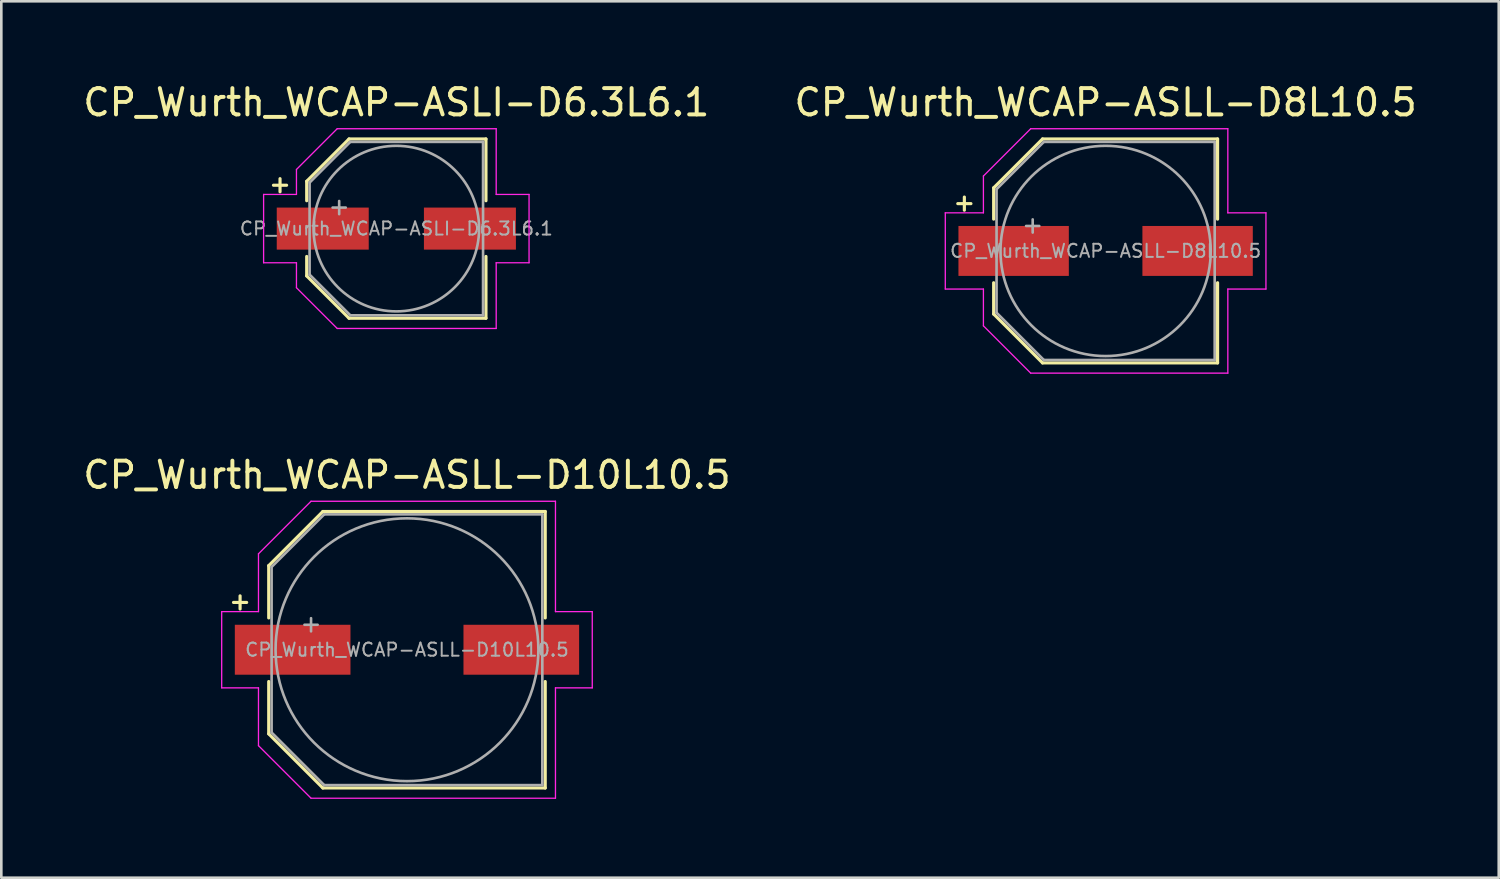
<source format=kicad_pcb>
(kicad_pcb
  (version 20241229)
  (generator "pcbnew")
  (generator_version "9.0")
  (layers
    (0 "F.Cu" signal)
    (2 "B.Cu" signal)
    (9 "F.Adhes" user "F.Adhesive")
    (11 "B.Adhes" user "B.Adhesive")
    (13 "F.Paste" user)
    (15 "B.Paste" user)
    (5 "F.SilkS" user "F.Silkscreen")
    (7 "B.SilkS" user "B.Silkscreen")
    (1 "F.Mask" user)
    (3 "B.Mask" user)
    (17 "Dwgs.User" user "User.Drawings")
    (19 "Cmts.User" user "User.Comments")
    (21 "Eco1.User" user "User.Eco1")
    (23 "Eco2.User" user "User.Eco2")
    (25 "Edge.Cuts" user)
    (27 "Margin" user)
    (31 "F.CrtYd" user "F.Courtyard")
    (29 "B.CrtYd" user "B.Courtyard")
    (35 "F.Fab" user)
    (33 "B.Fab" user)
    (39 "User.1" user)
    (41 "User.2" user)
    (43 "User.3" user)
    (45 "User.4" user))
  (footprint "CP_Wurth_WCAP-ASLI-D6.3L6.1"
    (layer "F.Cu")
    (at 12.03 5.648)
    (property "Reference" "CP_Wurth_WCAP-ASLI-D6.3L6.1" (at 0 -4.8 0) (unlocked yes) (layer "F.SilkS") (effects (font (size 1 1) (thickness 0.15))))
    (attr smd)
    (fp_line (start -4.425 -1.4) (end -4.425 -1.9) (stroke (width 0.12) (type solid)) (layer "F.SilkS"))
    (fp_line (start -4.175 -1.65) (end -4.675 -1.65) (stroke (width 0.12) (type solid)) (layer "F.SilkS"))
    (fp_line (start -3.41 -1.8) (end -3.41 -1.06) (stroke (width 0.12) (type default)) (layer "F.SilkS"))
    (fp_line (start -3.41 -1.8) (end -1.8 -3.41) (stroke (width 0.12) (type default)) (layer "F.SilkS"))
    (fp_line (start -3.41 1.8) (end -3.41 1.06) (stroke (width 0.12) (type default)) (layer "F.SilkS"))
    (fp_line (start -3.41 1.8) (end -1.8 3.41) (stroke (width 0.12) (type default)) (layer "F.SilkS"))
    (fp_line (start -1.8 -3.41) (end 3.41 -3.41) (stroke (width 0.12) (type solid)) (layer "F.SilkS"))
    (fp_line (start -1.8 3.41) (end 3.41 3.41) (stroke (width 0.12) (type solid)) (layer "F.SilkS"))
    (fp_line (start 3.41 -3.41) (end 3.41 -1.06) (stroke (width 0.12) (type default)) (layer "F.SilkS"))
    (fp_line (start 3.41 1.06) (end 3.41 3.41) (stroke (width 0.12) (type default)) (layer "F.SilkS"))
    (fp_line (start -5.05 -1.3) (end -5.05 1.3) (stroke (width 0.05) (type default)) (layer "F.CrtYd"))
    (fp_line (start -5.05 -1.3) (end -3.8 -1.3) (stroke (width 0.05) (type default)) (layer "F.CrtYd"))
    (fp_line (start -5.05 1.3) (end -3.8 1.3) (stroke (width 0.05) (type default)) (layer "F.CrtYd"))
    (fp_line (start -3.8 -2.25) (end -3.8 -1.3) (stroke (width 0.05) (type default)) (layer "F.CrtYd"))
    (fp_line (start -3.8 -2.25) (end -2.25 -3.8) (stroke (width 0.05) (type default)) (layer "F.CrtYd"))
    (fp_line (start -3.8 1.3) (end -3.8 2.25) (stroke (width 0.05) (type default)) (layer "F.CrtYd"))
    (fp_line (start -3.8 2.25) (end -2.25 3.8) (stroke (width 0.05) (type default)) (layer "F.CrtYd"))
    (fp_line (start -2.25 -3.8) (end 3.8 -3.8) (stroke (width 0.05) (type default)) (layer "F.CrtYd"))
    (fp_line (start -2.25 3.8) (end 3.8 3.8) (stroke (width 0.05) (type default)) (layer "F.CrtYd"))
    (fp_line (start 3.8 -3.8) (end 3.8 -1.3) (stroke (width 0.05) (type default)) (layer "F.CrtYd"))
    (fp_line (start 3.8 -1.3) (end 5.05 -1.3) (stroke (width 0.05) (type default)) (layer "F.CrtYd"))
    (fp_line (start 3.8 1.3) (end 3.8 3.8) (stroke (width 0.05) (type default)) (layer "F.CrtYd"))
    (fp_line (start 3.8 1.3) (end 5.05 1.3) (stroke (width 0.05) (type default)) (layer "F.CrtYd"))
    (fp_line (start 5.05 -1.3) (end 5.05 1.3) (stroke (width 0.05) (type default)) (layer "F.CrtYd"))
    (fp_line (start -3.3 -1.75) (end -1.75 -3.3) (stroke (width 0.1) (type default)) (layer "F.Fab"))
    (fp_line (start -3.3 1.75) (end -3.3 -1.75) (stroke (width 0.1) (type default)) (layer "F.Fab"))
    (fp_line (start -2.175 -0.55) (end -2.175 -1.05) (stroke (width 0.1) (type default)) (layer "F.Fab"))
    (fp_line (start -1.925 -0.8) (end -2.425 -0.8) (stroke (width 0.1) (type default)) (layer "F.Fab"))
    (fp_line (start -1.75 -3.3) (end 3.3 -3.3) (stroke (width 0.1) (type default)) (layer "F.Fab"))
    (fp_line (start -1.75 3.3) (end -3.3 1.75) (stroke (width 0.1) (type default)) (layer "F.Fab"))
    (fp_line (start 3.3 -3.3) (end 3.3 3.3) (stroke (width 0.1) (type default)) (layer "F.Fab"))
    (fp_line (start 3.3 3.3) (end -1.75 3.3) (stroke (width 0.1) (type default)) (layer "F.Fab"))
    (fp_circle (center 0 0) (end 3.15 0) (stroke (width 0.1) (type default)) (fill no) (layer "F.Fab"))
    (fp_text user "${REFERENCE}" (at 0 0 0) (unlocked yes) (layer "F.Fab") (effects (font (size 0.5 0.5) (thickness 0.075))))
    (pad "1" smd rect (at -2.8 0) (size 3.5 1.6) (layers "F.Cu" "F.Mask" "F.Paste"))
    (pad "2" smd rect (at 2.8 0) (size 3.5 1.6) (layers "F.Cu" "F.Mask" "F.Paste")))
  (footprint "CP_Wurth_WCAP-ASLL-D8L10.5"
    (layer "F.Cu")
    (at 39.018 6.498)
    (property "Reference" "CP_Wurth_WCAP-ASLL-D8L10.5" (at 0 -5.65 0) (unlocked yes) (layer "F.SilkS") (effects (font (size 1 1) (thickness 0.15))))
    (attr smd)
    (fp_line (start -5.375 -1.55) (end -5.375 -2.05) (stroke (width 0.12) (type solid)) (layer "F.SilkS"))
    (fp_line (start -5.125 -1.8) (end -5.625 -1.8) (stroke (width 0.12) (type solid)) (layer "F.SilkS"))
    (fp_line (start -4.26 -2.4) (end -4.26 -1.21) (stroke (width 0.12) (type default)) (layer "F.SilkS"))
    (fp_line (start -4.26 -2.4) (end -2.4 -4.26) (stroke (width 0.12) (type default)) (layer "F.SilkS"))
    (fp_line (start -4.26 2.4) (end -4.26 1.21) (stroke (width 0.12) (type default)) (layer "F.SilkS"))
    (fp_line (start -4.26 2.4) (end -2.4 4.26) (stroke (width 0.12) (type default)) (layer "F.SilkS"))
    (fp_line (start -2.4 -4.26) (end 4.26 -4.26) (stroke (width 0.12) (type solid)) (layer "F.SilkS"))
    (fp_line (start -2.4 4.26) (end 4.26 4.26) (stroke (width 0.12) (type solid)) (layer "F.SilkS"))
    (fp_line (start 4.26 -4.26) (end 4.26 -1.21) (stroke (width 0.12) (type default)) (layer "F.SilkS"))
    (fp_line (start 4.26 1.21) (end 4.26 4.26) (stroke (width 0.12) (type default)) (layer "F.SilkS"))
    (fp_line (start -6.1 -1.45) (end -6.1 1.45) (stroke (width 0.05) (type default)) (layer "F.CrtYd"))
    (fp_line (start -6.1 -1.45) (end -4.65 -1.45) (stroke (width 0.05) (type default)) (layer "F.CrtYd"))
    (fp_line (start -6.1 1.45) (end -4.65 1.45) (stroke (width 0.05) (type default)) (layer "F.CrtYd"))
    (fp_line (start -4.65 -2.85) (end -4.65 -1.45) (stroke (width 0.05) (type default)) (layer "F.CrtYd"))
    (fp_line (start -4.65 -2.85) (end -2.85 -4.65) (stroke (width 0.05) (type default)) (layer "F.CrtYd"))
    (fp_line (start -4.65 1.45) (end -4.65 2.85) (stroke (width 0.05) (type default)) (layer "F.CrtYd"))
    (fp_line (start -4.65 2.85) (end -2.85 4.65) (stroke (width 0.05) (type default)) (layer "F.CrtYd"))
    (fp_line (start -2.85 -4.65) (end 4.65 -4.65) (stroke (width 0.05) (type default)) (layer "F.CrtYd"))
    (fp_line (start -2.85 4.65) (end 4.65 4.65) (stroke (width 0.05) (type default)) (layer "F.CrtYd"))
    (fp_line (start 4.65 -4.65) (end 4.65 -1.45) (stroke (width 0.05) (type default)) (layer "F.CrtYd"))
    (fp_line (start 4.65 -1.45) (end 6.1 -1.45) (stroke (width 0.05) (type default)) (layer "F.CrtYd"))
    (fp_line (start 4.65 1.45) (end 4.65 4.65) (stroke (width 0.05) (type default)) (layer "F.CrtYd"))
    (fp_line (start 4.65 1.45) (end 6.1 1.45) (stroke (width 0.05) (type default)) (layer "F.CrtYd"))
    (fp_line (start 6.1 -1.45) (end 6.1 1.45) (stroke (width 0.05) (type default)) (layer "F.CrtYd"))
    (fp_line (start -4.15 -2.35) (end -2.35 -4.15) (stroke (width 0.1) (type default)) (layer "F.Fab"))
    (fp_line (start -4.15 2.35) (end -4.15 -2.35) (stroke (width 0.1) (type default)) (layer "F.Fab"))
    (fp_line (start -2.775 -0.7) (end -2.775 -1.2) (stroke (width 0.1) (type default)) (layer "F.Fab"))
    (fp_line (start -2.525 -0.95) (end -3.025 -0.95) (stroke (width 0.1) (type default)) (layer "F.Fab"))
    (fp_line (start -2.35 -4.15) (end 4.15 -4.15) (stroke (width 0.1) (type default)) (layer "F.Fab"))
    (fp_line (start -2.35 4.15) (end -4.15 2.35) (stroke (width 0.1) (type default)) (layer "F.Fab"))
    (fp_line (start 4.15 -4.15) (end 4.15 4.15) (stroke (width 0.1) (type default)) (layer "F.Fab"))
    (fp_line (start 4.15 4.15) (end -2.35 4.15) (stroke (width 0.1) (type default)) (layer "F.Fab"))
    (fp_circle (center 0 0) (end 4 0) (stroke (width 0.1) (type default)) (fill no) (layer "F.Fab"))
    (fp_text user "${REFERENCE}" (at 0 0 0) (unlocked yes) (layer "F.Fab") (effects (font (size 0.5 0.5) (thickness 0.075))))
    (pad "1" smd rect (at -3.5 0) (size 4.2 1.9) (layers "F.Cu" "F.Mask" "F.Paste"))
    (pad "2" smd rect (at 3.5 0) (size 4.2 1.9) (layers "F.Cu" "F.Mask" "F.Paste")))
  (footprint "CP_Wurth_WCAP-ASLL-D10L10.5"
    (layer "F.Cu")
    (at 12.435 21.672)
    (property "Reference" "CP_Wurth_WCAP-ASLL-D10L10.5" (at 0 -6.65 0) (unlocked yes) (layer "F.SilkS") (effects (font (size 1 1) (thickness 0.15))))
    (attr smd)
    (fp_line (start -6.35 -1.55) (end -6.35 -2.05) (stroke (width 0.12) (type solid)) (layer "F.SilkS"))
    (fp_line (start -6.1 -1.8) (end -6.6 -1.8) (stroke (width 0.12) (type solid)) (layer "F.SilkS"))
    (fp_line (start -5.26 -3.2) (end -5.26 -1.21) (stroke (width 0.12) (type default)) (layer "F.SilkS"))
    (fp_line (start -5.26 -3.2) (end -3.2 -5.26) (stroke (width 0.12) (type default)) (layer "F.SilkS"))
    (fp_line (start -5.26 3.2) (end -5.26 1.21) (stroke (width 0.12) (type default)) (layer "F.SilkS"))
    (fp_line (start -5.26 3.2) (end -3.2 5.26) (stroke (width 0.12) (type default)) (layer "F.SilkS"))
    (fp_line (start -3.2 -5.26) (end 5.26 -5.26) (stroke (width 0.12) (type solid)) (layer "F.SilkS"))
    (fp_line (start -3.2 5.26) (end 5.26 5.26) (stroke (width 0.12) (type solid)) (layer "F.SilkS"))
    (fp_line (start 5.26 -5.26) (end 5.26 -1.21) (stroke (width 0.12) (type default)) (layer "F.SilkS"))
    (fp_line (start 5.26 1.21) (end 5.26 5.26) (stroke (width 0.12) (type default)) (layer "F.SilkS"))
    (fp_line (start -7.05 -1.45) (end -7.05 1.45) (stroke (width 0.05) (type default)) (layer "F.CrtYd"))
    (fp_line (start -7.05 -1.45) (end -5.65 -1.45) (stroke (width 0.05) (type default)) (layer "F.CrtYd"))
    (fp_line (start -7.05 1.45) (end -5.65 1.45) (stroke (width 0.05) (type default)) (layer "F.CrtYd"))
    (fp_line (start -5.65 -3.65) (end -5.65 -1.45) (stroke (width 0.05) (type default)) (layer "F.CrtYd"))
    (fp_line (start -5.65 -3.65) (end -3.65 -5.65) (stroke (width 0.05) (type default)) (layer "F.CrtYd"))
    (fp_line (start -5.65 1.45) (end -5.65 3.65) (stroke (width 0.05) (type default)) (layer "F.CrtYd"))
    (fp_line (start -5.65 3.65) (end -3.65 5.65) (stroke (width 0.05) (type default)) (layer "F.CrtYd"))
    (fp_line (start -3.65 -5.65) (end 5.65 -5.65) (stroke (width 0.05) (type default)) (layer "F.CrtYd"))
    (fp_line (start -3.65 5.65) (end 5.65 5.65) (stroke (width 0.05) (type default)) (layer "F.CrtYd"))
    (fp_line (start 5.65 -5.65) (end 5.65 -1.45) (stroke (width 0.05) (type default)) (layer "F.CrtYd"))
    (fp_line (start 5.65 -1.45) (end 7.05 -1.45) (stroke (width 0.05) (type default)) (layer "F.CrtYd"))
    (fp_line (start 5.65 1.45) (end 5.65 5.65) (stroke (width 0.05) (type default)) (layer "F.CrtYd"))
    (fp_line (start 5.65 1.45) (end 7.05 1.45) (stroke (width 0.05) (type default)) (layer "F.CrtYd"))
    (fp_line (start 7.05 -1.45) (end 7.05 1.45) (stroke (width 0.05) (type default)) (layer "F.CrtYd"))
    (fp_line (start -5.15 -3.15) (end -3.15 -5.15) (stroke (width 0.1) (type default)) (layer "F.Fab"))
    (fp_line (start -5.15 3.15) (end -5.15 -3.15) (stroke (width 0.1) (type default)) (layer "F.Fab"))
    (fp_line (start -3.65 -0.7) (end -3.65 -1.2) (stroke (width 0.1) (type default)) (layer "F.Fab"))
    (fp_line (start -3.4 -0.95) (end -3.9 -0.95) (stroke (width 0.1) (type default)) (layer "F.Fab"))
    (fp_line (start -3.15 -5.15) (end 5.15 -5.15) (stroke (width 0.1) (type default)) (layer "F.Fab"))
    (fp_line (start -3.15 5.15) (end -5.15 3.15) (stroke (width 0.1) (type default)) (layer "F.Fab"))
    (fp_line (start 5.15 -5.15) (end 5.15 5.15) (stroke (width 0.1) (type default)) (layer "F.Fab"))
    (fp_line (start 5.15 5.15) (end -3.15 5.15) (stroke (width 0.1) (type default)) (layer "F.Fab"))
    (fp_circle (center 0 0) (end 5 0) (stroke (width 0.1) (type default)) (fill no) (layer "F.Fab"))
    (fp_text user "${REFERENCE}" (at 0 0 0) (unlocked yes) (layer "F.Fab") (effects (font (size 0.5 0.5) (thickness 0.075))))
    (pad "1" smd rect (at -4.35 0) (size 4.4 1.9) (layers "F.Cu" "F.Mask" "F.Paste"))
    (pad "2" smd rect (at 4.35 0) (size 4.4 1.9) (layers "F.Cu" "F.Mask" "F.Paste")))
  (gr_rect
    (start -3 -3)
    (end 53.976 30.346)
    (stroke (width 0.1) (type default))
    (fill no)
    (layer "Edge.Cuts")))
</source>
